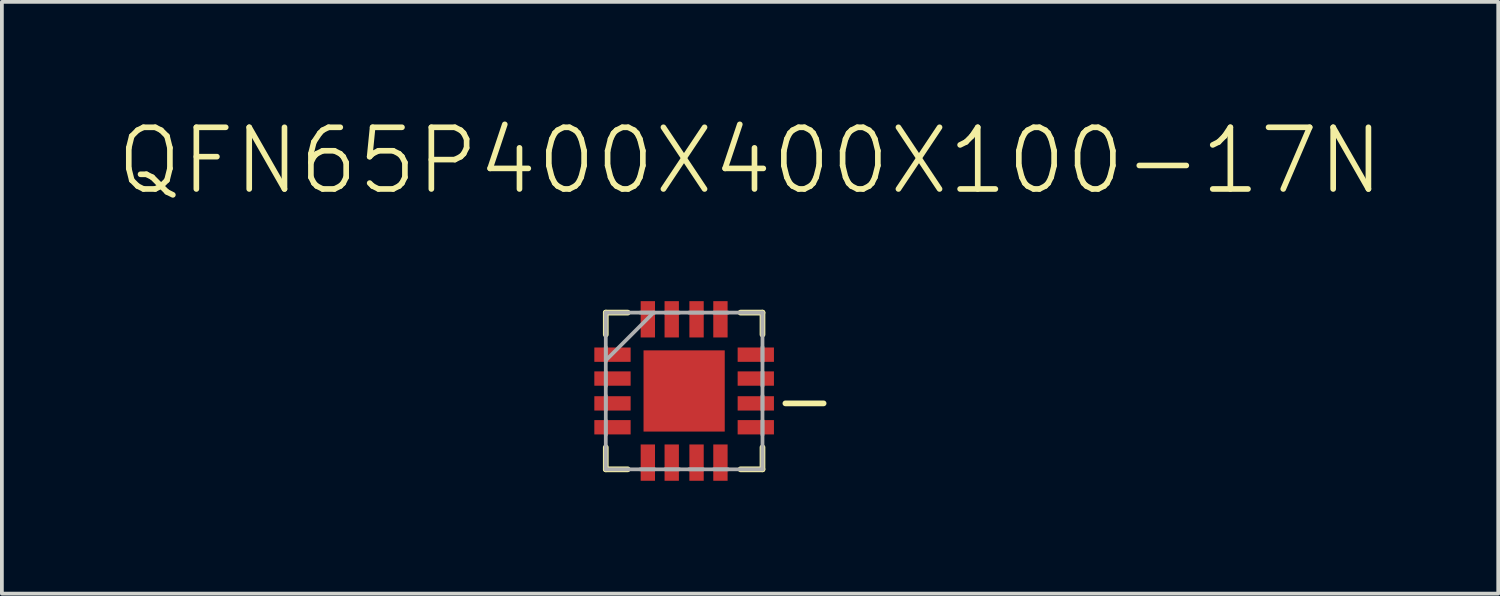
<source format=kicad_pcb>
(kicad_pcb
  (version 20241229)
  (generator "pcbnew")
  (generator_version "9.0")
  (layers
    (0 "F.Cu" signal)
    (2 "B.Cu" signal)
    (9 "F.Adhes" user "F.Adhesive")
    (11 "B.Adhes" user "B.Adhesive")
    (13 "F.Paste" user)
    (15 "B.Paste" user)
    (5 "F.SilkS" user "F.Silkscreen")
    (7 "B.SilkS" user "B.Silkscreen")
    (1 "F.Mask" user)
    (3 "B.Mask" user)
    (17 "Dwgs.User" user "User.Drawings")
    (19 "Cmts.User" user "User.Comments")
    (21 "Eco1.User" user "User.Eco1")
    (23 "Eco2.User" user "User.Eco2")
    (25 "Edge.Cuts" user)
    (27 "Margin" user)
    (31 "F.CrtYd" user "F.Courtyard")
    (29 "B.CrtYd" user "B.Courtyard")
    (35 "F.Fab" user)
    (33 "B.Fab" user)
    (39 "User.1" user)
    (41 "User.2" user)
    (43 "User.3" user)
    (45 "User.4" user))
  (footprint "QFN65P400X400X100-17N"
    (layer "F.Cu")
    (at 15.138 7.344)
    (property "Reference" "QFN65P400X400X100-17N" (at 1.753 -6.121 0) (layer "F.SilkS") (effects (font (size 1.64 1.64) (thickness 0.15))))
    (attr smd)
    (fp_line (start -2.083 -2.083) (end -2.083 -1.499) (stroke (width 0.152) (type solid)) (layer "F.SilkS"))
    (fp_line (start -2.083 1.499) (end -2.083 2.083) (stroke (width 0.152) (type solid)) (layer "F.SilkS"))
    (fp_line (start -2.083 2.083) (end -1.499 2.083) (stroke (width 0.152) (type solid)) (layer "F.SilkS"))
    (fp_line (start -1.499 -2.083) (end -2.083 -2.083) (stroke (width 0.152) (type solid)) (layer "F.SilkS"))
    (fp_line (start 1.499 2.083) (end 2.083 2.083) (stroke (width 0.152) (type solid)) (layer "F.SilkS"))
    (fp_line (start 2.083 -2.083) (end 1.499 -2.083) (stroke (width 0.152) (type solid)) (layer "F.SilkS"))
    (fp_line (start 2.083 -1.499) (end 2.083 -2.083) (stroke (width 0.152) (type solid)) (layer "F.SilkS"))
    (fp_line (start 2.083 2.083) (end 2.083 1.499) (stroke (width 0.152) (type solid)) (layer "F.SilkS"))
    (fp_line (start 2.692 0.33) (end 3.708 0.33) (stroke (width 0.152) (type solid)) (layer "F.SilkS"))
    (fp_line (start -2.083 -2.083) (end -2.083 2.083) (stroke (width 0.1) (type solid)) (layer "F.Fab"))
    (fp_line (start -2.083 -1.168) (end -2.083 -0.787) (stroke (width 0.1) (type solid)) (layer "F.Fab"))
    (fp_line (start -2.083 -0.813) (end -0.813 -2.083) (stroke (width 0.1) (type solid)) (layer "F.Fab"))
    (fp_line (start -2.083 -0.508) (end -2.083 -0.127) (stroke (width 0.1) (type solid)) (layer "F.Fab"))
    (fp_line (start -2.083 0.127) (end -2.083 0.508) (stroke (width 0.1) (type solid)) (layer "F.Fab"))
    (fp_line (start -2.083 0.787) (end -2.083 1.168) (stroke (width 0.1) (type solid)) (layer "F.Fab"))
    (fp_line (start -2.083 2.083) (end 2.083 2.083) (stroke (width 0.1) (type solid)) (layer "F.Fab"))
    (fp_line (start -1.168 2.083) (end -0.787 2.083) (stroke (width 0.1) (type solid)) (layer "F.Fab"))
    (fp_line (start -0.787 -2.083) (end -1.168 -2.083) (stroke (width 0.1) (type solid)) (layer "F.Fab"))
    (fp_line (start -0.508 2.083) (end -0.127 2.083) (stroke (width 0.1) (type solid)) (layer "F.Fab"))
    (fp_line (start -0.127 -2.083) (end -0.508 -2.083) (stroke (width 0.1) (type solid)) (layer "F.Fab"))
    (fp_line (start 0.127 2.083) (end 0.508 2.083) (stroke (width 0.1) (type solid)) (layer "F.Fab"))
    (fp_line (start 0.508 -2.083) (end 0.127 -2.083) (stroke (width 0.1) (type solid)) (layer "F.Fab"))
    (fp_line (start 0.787 2.083) (end 1.168 2.083) (stroke (width 0.1) (type solid)) (layer "F.Fab"))
    (fp_line (start 1.168 -2.083) (end 0.787 -2.083) (stroke (width 0.1) (type solid)) (layer "F.Fab"))
    (fp_line (start 2.083 -2.083) (end -2.083 -2.083) (stroke (width 0.1) (type solid)) (layer "F.Fab"))
    (fp_line (start 2.083 -0.787) (end 2.083 -1.168) (stroke (width 0.1) (type solid)) (layer "F.Fab"))
    (fp_line (start 2.083 -0.127) (end 2.083 -0.508) (stroke (width 0.1) (type solid)) (layer "F.Fab"))
    (fp_line (start 2.083 0.508) (end 2.083 0.127) (stroke (width 0.1) (type solid)) (layer "F.Fab"))
    (fp_line (start 2.083 1.168) (end 2.083 0.787) (stroke (width 0.1) (type solid)) (layer "F.Fab"))
    (fp_line (start 2.083 2.083) (end 2.083 -2.083) (stroke (width 0.1) (type solid)) (layer "F.Fab"))
    (pad "1" smd rect (at -1.905 -0.965 270) (size 0.381 0.965) (layers "F.Cu" "F.Mask" "F.Paste"))
    (pad "2" smd rect (at -1.905 -0.33 270) (size 0.381 0.965) (layers "F.Cu" "F.Mask" "F.Paste"))
    (pad "3" smd rect (at -1.905 0.33 270) (size 0.381 0.965) (layers "F.Cu" "F.Mask" "F.Paste"))
    (pad "4" smd rect (at -1.905 0.965 270) (size 0.381 0.965) (layers "F.Cu" "F.Mask" "F.Paste"))
    (pad "5" smd rect (at -0.965 1.905 180) (size 0.381 0.965) (layers "F.Cu" "F.Mask" "F.Paste"))
    (pad "6" smd rect (at -0.33 1.905 180) (size 0.381 0.965) (layers "F.Cu" "F.Mask" "F.Paste"))
    (pad "7" smd rect (at 0.33 1.905 180) (size 0.381 0.965) (layers "F.Cu" "F.Mask" "F.Paste"))
    (pad "8" smd rect (at 0.965 1.905 180) (size 0.381 0.965) (layers "F.Cu" "F.Mask" "F.Paste"))
    (pad "9" smd rect (at 1.905 0.965 270) (size 0.381 0.965) (layers "F.Cu" "F.Mask" "F.Paste"))
    (pad "10" smd rect (at 1.905 0.33 270) (size 0.381 0.965) (layers "F.Cu" "F.Mask" "F.Paste"))
    (pad "11" smd rect (at 1.905 -0.33 270) (size 0.381 0.965) (layers "F.Cu" "F.Mask" "F.Paste"))
    (pad "12" smd rect (at 1.905 -0.965 270) (size 0.381 0.965) (layers "F.Cu" "F.Mask" "F.Paste"))
    (pad "13" smd rect (at 0.965 -1.905 180) (size 0.381 0.965) (layers "F.Cu" "F.Mask" "F.Paste"))
    (pad "14" smd rect (at 0.33 -1.905 180) (size 0.381 0.965) (layers "F.Cu" "F.Mask" "F.Paste"))
    (pad "15" smd rect (at -0.33 -1.905 180) (size 0.381 0.965) (layers "F.Cu" "F.Mask" "F.Paste"))
    (pad "16" smd rect (at -0.965 -1.905 180) (size 0.381 0.965) (layers "F.Cu" "F.Mask" "F.Paste"))
    (pad "17" smd rect (at 0 0) (size 2.159 2.159) (layers "F.Cu" "F.Mask" "F.Paste")))
  (gr_rect
    (start -3 -3)
    (end 36.781 12.732)
    (stroke (width 0.1) (type default))
    (fill no)
    (layer "Edge.Cuts")))
</source>
